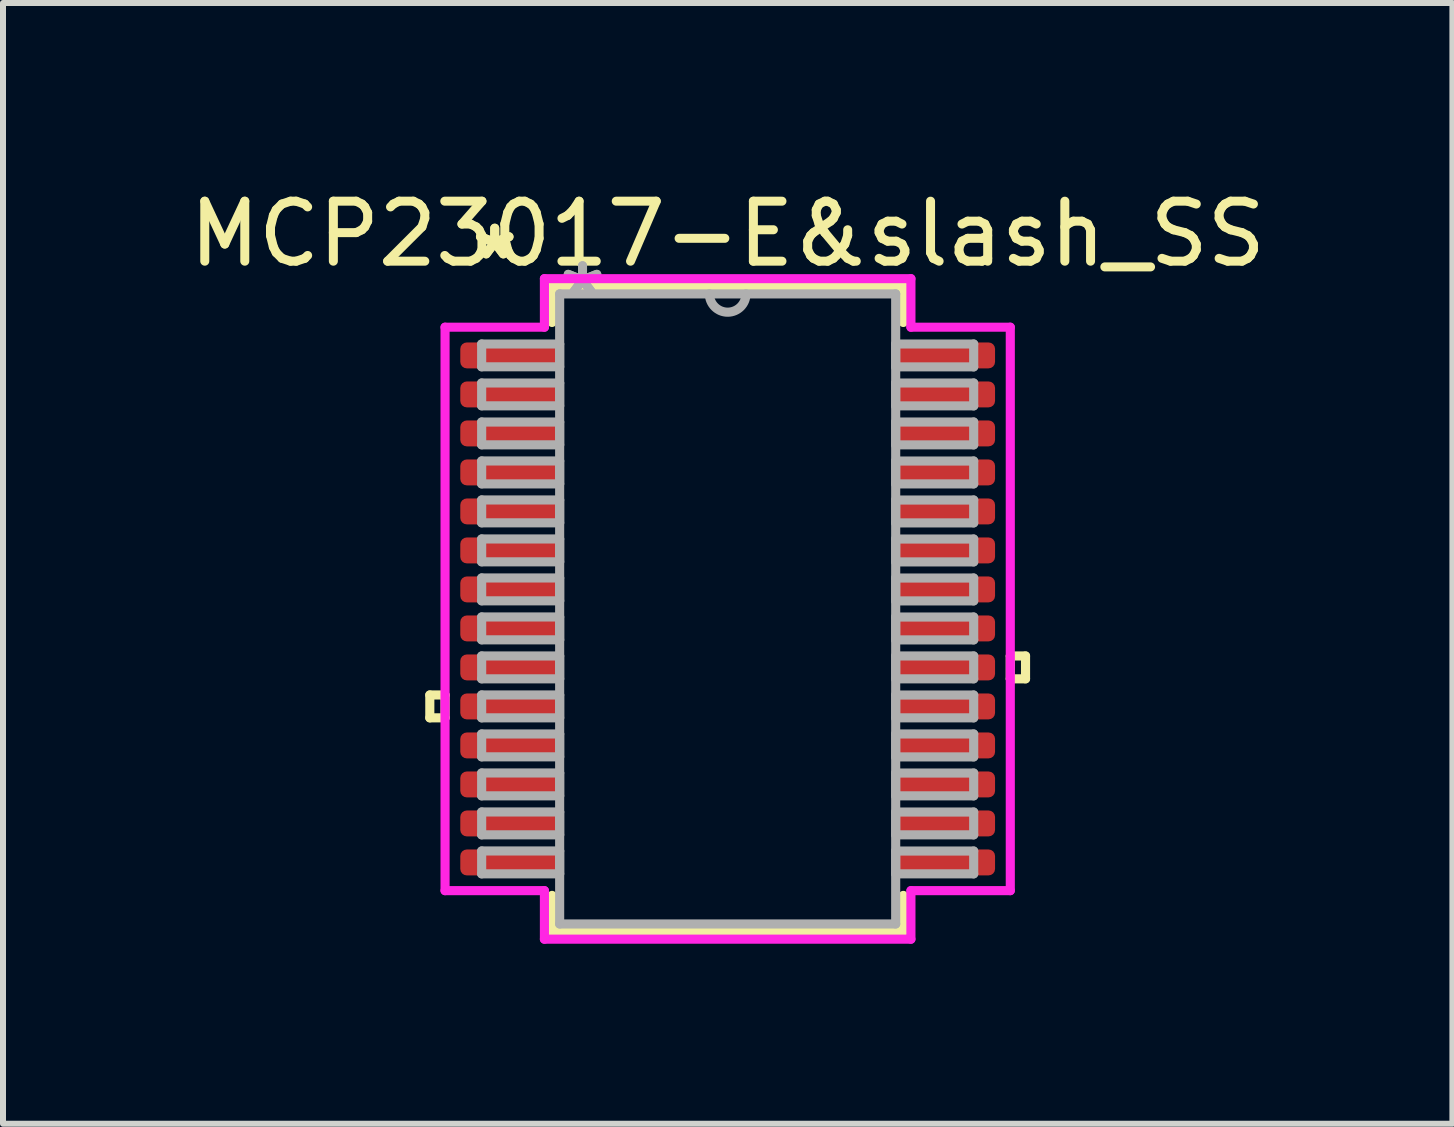
<source format=kicad_pcb>
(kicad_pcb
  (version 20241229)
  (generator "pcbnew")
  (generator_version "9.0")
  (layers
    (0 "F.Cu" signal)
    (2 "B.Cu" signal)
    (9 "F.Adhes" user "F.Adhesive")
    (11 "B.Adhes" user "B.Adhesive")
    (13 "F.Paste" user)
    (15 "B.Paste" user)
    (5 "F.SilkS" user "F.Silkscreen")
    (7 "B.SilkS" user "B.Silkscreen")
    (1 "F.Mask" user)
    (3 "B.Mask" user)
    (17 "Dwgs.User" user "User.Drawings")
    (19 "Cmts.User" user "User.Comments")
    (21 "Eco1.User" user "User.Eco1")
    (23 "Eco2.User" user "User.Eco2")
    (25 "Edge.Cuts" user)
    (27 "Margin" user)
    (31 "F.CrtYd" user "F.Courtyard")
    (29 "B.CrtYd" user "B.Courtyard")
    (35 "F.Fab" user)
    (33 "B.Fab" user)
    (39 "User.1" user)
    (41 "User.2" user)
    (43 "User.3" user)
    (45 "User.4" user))
  (footprint "MCP23017-E&slash_SS"
    (layer "F.Cu")
    (at 9.077 7.098)
    (property "Reference" "MCP23017-E&slash_SS" (at 0 -6.25 0) (layer "F.SilkS") (effects (font (size 1 1) (thickness 0.15))))
    (attr smd)
    (fp_line (start -4.964 1.434) (end -4.964 1.815) (stroke (width 0.152) (type solid)) (layer "F.SilkS"))
    (fp_line (start -4.964 1.815) (end -4.71 1.815) (stroke (width 0.152) (type solid)) (layer "F.SilkS"))
    (fp_line (start -4.71 1.434) (end -4.964 1.434) (stroke (width 0.152) (type solid)) (layer "F.SilkS"))
    (fp_line (start -4.71 1.815) (end -4.71 1.434) (stroke (width 0.152) (type solid)) (layer "F.SilkS"))
    (fp_line (start -2.927 -5.377) (end -2.927 -4.774) (stroke (width 0.152) (type solid)) (layer "F.SilkS"))
    (fp_line (start -2.927 4.774) (end -2.927 5.377) (stroke (width 0.152) (type solid)) (layer "F.SilkS"))
    (fp_line (start -2.927 5.377) (end 2.927 5.377) (stroke (width 0.152) (type solid)) (layer "F.SilkS"))
    (fp_line (start 2.927 -5.377) (end -2.927 -5.377) (stroke (width 0.152) (type solid)) (layer "F.SilkS"))
    (fp_line (start 2.927 -4.774) (end 2.927 -5.377) (stroke (width 0.152) (type solid)) (layer "F.SilkS"))
    (fp_line (start 2.927 5.377) (end 2.927 4.774) (stroke (width 0.152) (type solid)) (layer "F.SilkS"))
    (fp_line (start 4.71 0.784) (end 4.964 0.784) (stroke (width 0.152) (type solid)) (layer "F.SilkS"))
    (fp_line (start 4.71 1.165) (end 4.71 0.784) (stroke (width 0.152) (type solid)) (layer "F.SilkS"))
    (fp_line (start 4.964 0.784) (end 4.964 1.165) (stroke (width 0.152) (type solid)) (layer "F.SilkS"))
    (fp_line (start 4.964 1.165) (end 4.71 1.165) (stroke (width 0.152) (type solid)) (layer "F.SilkS"))
    (fp_line (start -4.71 -4.695) (end -3.054 -4.695) (stroke (width 0.152) (type solid)) (layer "F.CrtYd"))
    (fp_line (start -4.71 4.695) (end -4.71 -4.695) (stroke (width 0.152) (type solid)) (layer "F.CrtYd"))
    (fp_line (start -3.054 -5.504) (end 3.054 -5.504) (stroke (width 0.152) (type solid)) (layer "F.CrtYd"))
    (fp_line (start -3.054 -4.695) (end -3.054 -5.504) (stroke (width 0.152) (type solid)) (layer "F.CrtYd"))
    (fp_line (start -3.054 4.695) (end -4.71 4.695) (stroke (width 0.152) (type solid)) (layer "F.CrtYd"))
    (fp_line (start -3.054 5.504) (end -3.054 4.695) (stroke (width 0.152) (type solid)) (layer "F.CrtYd"))
    (fp_line (start 3.054 -5.504) (end 3.054 -4.695) (stroke (width 0.152) (type solid)) (layer "F.CrtYd"))
    (fp_line (start 3.054 -4.695) (end 4.71 -4.695) (stroke (width 0.152) (type solid)) (layer "F.CrtYd"))
    (fp_line (start 3.054 4.695) (end 3.054 5.504) (stroke (width 0.152) (type solid)) (layer "F.CrtYd"))
    (fp_line (start 3.054 5.504) (end -3.054 5.504) (stroke (width 0.152) (type solid)) (layer "F.CrtYd"))
    (fp_line (start 4.71 -4.695) (end 4.71 4.695) (stroke (width 0.152) (type solid)) (layer "F.CrtYd"))
    (fp_line (start 4.71 4.695) (end 3.054 4.695) (stroke (width 0.152) (type solid)) (layer "F.CrtYd"))
    (fp_line (start -4.1 -4.415) (end -4.1 -4.035) (stroke (width 0.152) (type solid)) (layer "F.Fab"))
    (fp_line (start -4.1 -4.035) (end -2.8 -4.035) (stroke (width 0.152) (type solid)) (layer "F.Fab"))
    (fp_line (start -4.1 -3.765) (end -4.1 -3.385) (stroke (width 0.152) (type solid)) (layer "F.Fab"))
    (fp_line (start -4.1 -3.385) (end -2.8 -3.385) (stroke (width 0.152) (type solid)) (layer "F.Fab"))
    (fp_line (start -4.1 -3.115) (end -4.1 -2.735) (stroke (width 0.152) (type solid)) (layer "F.Fab"))
    (fp_line (start -4.1 -2.735) (end -2.8 -2.735) (stroke (width 0.152) (type solid)) (layer "F.Fab"))
    (fp_line (start -4.1 -2.466) (end -4.1 -2.084) (stroke (width 0.152) (type solid)) (layer "F.Fab"))
    (fp_line (start -4.1 -2.084) (end -2.8 -2.084) (stroke (width 0.152) (type solid)) (layer "F.Fab"))
    (fp_line (start -4.1 -1.816) (end -4.1 -1.435) (stroke (width 0.152) (type solid)) (layer "F.Fab"))
    (fp_line (start -4.1 -1.435) (end -2.8 -1.435) (stroke (width 0.152) (type solid)) (layer "F.Fab"))
    (fp_line (start -4.1 -1.166) (end -4.1 -0.785) (stroke (width 0.152) (type solid)) (layer "F.Fab"))
    (fp_line (start -4.1 -0.785) (end -2.8 -0.785) (stroke (width 0.152) (type solid)) (layer "F.Fab"))
    (fp_line (start -4.1 -0.516) (end -4.1 -0.135) (stroke (width 0.152) (type solid)) (layer "F.Fab"))
    (fp_line (start -4.1 -0.135) (end -2.8 -0.135) (stroke (width 0.152) (type solid)) (layer "F.Fab"))
    (fp_line (start -4.1 0.134) (end -4.1 0.515) (stroke (width 0.152) (type solid)) (layer "F.Fab"))
    (fp_line (start -4.1 0.515) (end -2.8 0.515) (stroke (width 0.152) (type solid)) (layer "F.Fab"))
    (fp_line (start -4.1 0.784) (end -4.1 1.165) (stroke (width 0.152) (type solid)) (layer "F.Fab"))
    (fp_line (start -4.1 1.165) (end -2.8 1.165) (stroke (width 0.152) (type solid)) (layer "F.Fab"))
    (fp_line (start -4.1 1.434) (end -4.1 1.815) (stroke (width 0.152) (type solid)) (layer "F.Fab"))
    (fp_line (start -4.1 1.815) (end -2.8 1.815) (stroke (width 0.152) (type solid)) (layer "F.Fab"))
    (fp_line (start -4.1 2.084) (end -4.1 2.465) (stroke (width 0.152) (type solid)) (layer "F.Fab"))
    (fp_line (start -4.1 2.465) (end -2.8 2.465) (stroke (width 0.152) (type solid)) (layer "F.Fab"))
    (fp_line (start -4.1 2.734) (end -4.1 3.115) (stroke (width 0.152) (type solid)) (layer "F.Fab"))
    (fp_line (start -4.1 3.115) (end -2.8 3.115) (stroke (width 0.152) (type solid)) (layer "F.Fab"))
    (fp_line (start -4.1 3.384) (end -4.1 3.765) (stroke (width 0.152) (type solid)) (layer "F.Fab"))
    (fp_line (start -4.1 3.765) (end -2.8 3.765) (stroke (width 0.152) (type solid)) (layer "F.Fab"))
    (fp_line (start -4.1 4.034) (end -4.1 4.415) (stroke (width 0.152) (type solid)) (layer "F.Fab"))
    (fp_line (start -4.1 4.415) (end -2.8 4.415) (stroke (width 0.152) (type solid)) (layer "F.Fab"))
    (fp_line (start -2.8 -5.25) (end -2.8 5.25) (stroke (width 0.152) (type solid)) (layer "F.Fab"))
    (fp_line (start -2.8 -4.415) (end -4.1 -4.415) (stroke (width 0.152) (type solid)) (layer "F.Fab"))
    (fp_line (start -2.8 -4.035) (end -2.8 -4.415) (stroke (width 0.152) (type solid)) (layer "F.Fab"))
    (fp_line (start -2.8 -3.765) (end -4.1 -3.765) (stroke (width 0.152) (type solid)) (layer "F.Fab"))
    (fp_line (start -2.8 -3.385) (end -2.8 -3.765) (stroke (width 0.152) (type solid)) (layer "F.Fab"))
    (fp_line (start -2.8 -3.115) (end -4.1 -3.115) (stroke (width 0.152) (type solid)) (layer "F.Fab"))
    (fp_line (start -2.8 -2.735) (end -2.8 -3.115) (stroke (width 0.152) (type solid)) (layer "F.Fab"))
    (fp_line (start -2.8 -2.466) (end -4.1 -2.466) (stroke (width 0.152) (type solid)) (layer "F.Fab"))
    (fp_line (start -2.8 -2.084) (end -2.8 -2.466) (stroke (width 0.152) (type solid)) (layer "F.Fab"))
    (fp_line (start -2.8 -1.816) (end -4.1 -1.816) (stroke (width 0.152) (type solid)) (layer "F.Fab"))
    (fp_line (start -2.8 -1.435) (end -2.8 -1.816) (stroke (width 0.152) (type solid)) (layer "F.Fab"))
    (fp_line (start -2.8 -1.166) (end -4.1 -1.166) (stroke (width 0.152) (type solid)) (layer "F.Fab"))
    (fp_line (start -2.8 -0.785) (end -2.8 -1.166) (stroke (width 0.152) (type solid)) (layer "F.Fab"))
    (fp_line (start -2.8 -0.516) (end -4.1 -0.516) (stroke (width 0.152) (type solid)) (layer "F.Fab"))
    (fp_line (start -2.8 -0.135) (end -2.8 -0.516) (stroke (width 0.152) (type solid)) (layer "F.Fab"))
    (fp_line (start -2.8 0.134) (end -4.1 0.134) (stroke (width 0.152) (type solid)) (layer "F.Fab"))
    (fp_line (start -2.8 0.515) (end -2.8 0.134) (stroke (width 0.152) (type solid)) (layer "F.Fab"))
    (fp_line (start -2.8 0.784) (end -4.1 0.784) (stroke (width 0.152) (type solid)) (layer "F.Fab"))
    (fp_line (start -2.8 1.165) (end -2.8 0.784) (stroke (width 0.152) (type solid)) (layer "F.Fab"))
    (fp_line (start -2.8 1.434) (end -4.1 1.434) (stroke (width 0.152) (type solid)) (layer "F.Fab"))
    (fp_line (start -2.8 1.815) (end -2.8 1.434) (stroke (width 0.152) (type solid)) (layer "F.Fab"))
    (fp_line (start -2.8 2.084) (end -4.1 2.084) (stroke (width 0.152) (type solid)) (layer "F.Fab"))
    (fp_line (start -2.8 2.465) (end -2.8 2.084) (stroke (width 0.152) (type solid)) (layer "F.Fab"))
    (fp_line (start -2.8 2.734) (end -4.1 2.734) (stroke (width 0.152) (type solid)) (layer "F.Fab"))
    (fp_line (start -2.8 3.115) (end -2.8 2.734) (stroke (width 0.152) (type solid)) (layer "F.Fab"))
    (fp_line (start -2.8 3.384) (end -4.1 3.384) (stroke (width 0.152) (type solid)) (layer "F.Fab"))
    (fp_line (start -2.8 3.765) (end -2.8 3.384) (stroke (width 0.152) (type solid)) (layer "F.Fab"))
    (fp_line (start -2.8 4.034) (end -4.1 4.034) (stroke (width 0.152) (type solid)) (layer "F.Fab"))
    (fp_line (start -2.8 4.415) (end -2.8 4.034) (stroke (width 0.152) (type solid)) (layer "F.Fab"))
    (fp_line (start -2.8 5.25) (end 2.8 5.25) (stroke (width 0.152) (type solid)) (layer "F.Fab"))
    (fp_line (start 2.8 -5.25) (end -2.8 -5.25) (stroke (width 0.152) (type solid)) (layer "F.Fab"))
    (fp_line (start 2.8 -4.415) (end 2.8 -4.034) (stroke (width 0.152) (type solid)) (layer "F.Fab"))
    (fp_line (start 2.8 -4.034) (end 4.1 -4.034) (stroke (width 0.152) (type solid)) (layer "F.Fab"))
    (fp_line (start 2.8 -3.765) (end 2.8 -3.384) (stroke (width 0.152) (type solid)) (layer "F.Fab"))
    (fp_line (start 2.8 -3.384) (end 4.1 -3.384) (stroke (width 0.152) (type solid)) (layer "F.Fab"))
    (fp_line (start 2.8 -3.115) (end 2.8 -2.734) (stroke (width 0.152) (type solid)) (layer "F.Fab"))
    (fp_line (start 2.8 -2.734) (end 4.1 -2.734) (stroke (width 0.152) (type solid)) (layer "F.Fab"))
    (fp_line (start 2.8 -2.465) (end 2.8 -2.084) (stroke (width 0.152) (type solid)) (layer "F.Fab"))
    (fp_line (start 2.8 -2.084) (end 4.1 -2.084) (stroke (width 0.152) (type solid)) (layer "F.Fab"))
    (fp_line (start 2.8 -1.815) (end 2.8 -1.434) (stroke (width 0.152) (type solid)) (layer "F.Fab"))
    (fp_line (start 2.8 -1.434) (end 4.1 -1.434) (stroke (width 0.152) (type solid)) (layer "F.Fab"))
    (fp_line (start 2.8 -1.165) (end 2.8 -0.784) (stroke (width 0.152) (type solid)) (layer "F.Fab"))
    (fp_line (start 2.8 -0.784) (end 4.1 -0.784) (stroke (width 0.152) (type solid)) (layer "F.Fab"))
    (fp_line (start 2.8 -0.515) (end 2.8 -0.134) (stroke (width 0.152) (type solid)) (layer "F.Fab"))
    (fp_line (start 2.8 -0.134) (end 4.1 -0.134) (stroke (width 0.152) (type solid)) (layer "F.Fab"))
    (fp_line (start 2.8 0.135) (end 2.8 0.516) (stroke (width 0.152) (type solid)) (layer "F.Fab"))
    (fp_line (start 2.8 0.516) (end 4.1 0.516) (stroke (width 0.152) (type solid)) (layer "F.Fab"))
    (fp_line (start 2.8 0.784) (end 2.8 1.165) (stroke (width 0.152) (type solid)) (layer "F.Fab"))
    (fp_line (start 2.8 1.165) (end 4.1 1.165) (stroke (width 0.152) (type solid)) (layer "F.Fab"))
    (fp_line (start 2.8 1.435) (end 2.8 1.815) (stroke (width 0.152) (type solid)) (layer "F.Fab"))
    (fp_line (start 2.8 1.815) (end 4.1 1.815) (stroke (width 0.152) (type solid)) (layer "F.Fab"))
    (fp_line (start 2.8 2.084) (end 2.8 2.466) (stroke (width 0.152) (type solid)) (layer "F.Fab"))
    (fp_line (start 2.8 2.466) (end 4.1 2.466) (stroke (width 0.152) (type solid)) (layer "F.Fab"))
    (fp_line (start 2.8 2.735) (end 2.8 3.115) (stroke (width 0.152) (type solid)) (layer "F.Fab"))
    (fp_line (start 2.8 3.115) (end 4.1 3.115) (stroke (width 0.152) (type solid)) (layer "F.Fab"))
    (fp_line (start 2.8 3.385) (end 2.8 3.765) (stroke (width 0.152) (type solid)) (layer "F.Fab"))
    (fp_line (start 2.8 3.765) (end 4.1 3.765) (stroke (width 0.152) (type solid)) (layer "F.Fab"))
    (fp_line (start 2.8 4.035) (end 2.8 4.415) (stroke (width 0.152) (type solid)) (layer "F.Fab"))
    (fp_line (start 2.8 4.415) (end 4.1 4.415) (stroke (width 0.152) (type solid)) (layer "F.Fab"))
    (fp_line (start 2.8 5.25) (end 2.8 -5.25) (stroke (width 0.152) (type solid)) (layer "F.Fab"))
    (fp_line (start 4.1 -4.415) (end 2.8 -4.415) (stroke (width 0.152) (type solid)) (layer "F.Fab"))
    (fp_line (start 4.1 -4.034) (end 4.1 -4.415) (stroke (width 0.152) (type solid)) (layer "F.Fab"))
    (fp_line (start 4.1 -3.765) (end 2.8 -3.765) (stroke (width 0.152) (type solid)) (layer "F.Fab"))
    (fp_line (start 4.1 -3.384) (end 4.1 -3.765) (stroke (width 0.152) (type solid)) (layer "F.Fab"))
    (fp_line (start 4.1 -3.115) (end 2.8 -3.115) (stroke (width 0.152) (type solid)) (layer "F.Fab"))
    (fp_line (start 4.1 -2.734) (end 4.1 -3.115) (stroke (width 0.152) (type solid)) (layer "F.Fab"))
    (fp_line (start 4.1 -2.465) (end 2.8 -2.465) (stroke (width 0.152) (type solid)) (layer "F.Fab"))
    (fp_line (start 4.1 -2.084) (end 4.1 -2.465) (stroke (width 0.152) (type solid)) (layer "F.Fab"))
    (fp_line (start 4.1 -1.815) (end 2.8 -1.815) (stroke (width 0.152) (type solid)) (layer "F.Fab"))
    (fp_line (start 4.1 -1.434) (end 4.1 -1.815) (stroke (width 0.152) (type solid)) (layer "F.Fab"))
    (fp_line (start 4.1 -1.165) (end 2.8 -1.165) (stroke (width 0.152) (type solid)) (layer "F.Fab"))
    (fp_line (start 4.1 -0.784) (end 4.1 -1.165) (stroke (width 0.152) (type solid)) (layer "F.Fab"))
    (fp_line (start 4.1 -0.515) (end 2.8 -0.515) (stroke (width 0.152) (type solid)) (layer "F.Fab"))
    (fp_line (start 4.1 -0.134) (end 4.1 -0.515) (stroke (width 0.152) (type solid)) (layer "F.Fab"))
    (fp_line (start 4.1 0.135) (end 2.8 0.135) (stroke (width 0.152) (type solid)) (layer "F.Fab"))
    (fp_line (start 4.1 0.516) (end 4.1 0.135) (stroke (width 0.152) (type solid)) (layer "F.Fab"))
    (fp_line (start 4.1 0.784) (end 2.8 0.784) (stroke (width 0.152) (type solid)) (layer "F.Fab"))
    (fp_line (start 4.1 1.165) (end 4.1 0.784) (stroke (width 0.152) (type solid)) (layer "F.Fab"))
    (fp_line (start 4.1 1.435) (end 2.8 1.435) (stroke (width 0.152) (type solid)) (layer "F.Fab"))
    (fp_line (start 4.1 1.815) (end 4.1 1.435) (stroke (width 0.152) (type solid)) (layer "F.Fab"))
    (fp_line (start 4.1 2.084) (end 2.8 2.084) (stroke (width 0.152) (type solid)) (layer "F.Fab"))
    (fp_line (start 4.1 2.466) (end 4.1 2.084) (stroke (width 0.152) (type solid)) (layer "F.Fab"))
    (fp_line (start 4.1 2.735) (end 2.8 2.735) (stroke (width 0.152) (type solid)) (layer "F.Fab"))
    (fp_line (start 4.1 3.115) (end 4.1 2.735) (stroke (width 0.152) (type solid)) (layer "F.Fab"))
    (fp_line (start 4.1 3.385) (end 2.8 3.385) (stroke (width 0.152) (type solid)) (layer "F.Fab"))
    (fp_line (start 4.1 3.765) (end 4.1 3.385) (stroke (width 0.152) (type solid)) (layer "F.Fab"))
    (fp_line (start 4.1 4.035) (end 2.8 4.035) (stroke (width 0.152) (type solid)) (layer "F.Fab"))
    (fp_line (start 4.1 4.415) (end 4.1 4.035) (stroke (width 0.152) (type solid)) (layer "F.Fab"))
    (fp_arc (start 0.3048 -5.25) (mid 0 -4.9452) (end -0.3048 -5.25) (stroke (width 0.1524) (type solid)) (layer "F.Fab"))
    (fp_text user "*" (at -3.882 -5.8 0) (layer "F.SilkS") (effects (font (size 1 1) (thickness 0.15))))
    (fp_text user "*" (at -3.882 -5.8 0) (layer "F.SilkS") (effects (font (size 1 1) (thickness 0.15))))
    (fp_text user "*" (at -2.419 -5.174 0) (layer "F.Fab") (effects (font (size 1 1) (thickness 0.15))))
    (fp_text user "*" (at -2.419 -5.174 0) (layer "F.Fab") (effects (font (size 1 1) (thickness 0.15))))
    (pad "1" smd roundrect (at -3.628 -4.225) (size 1.656 0.432) (layers "F.Cu" "F.Mask" "F.Paste") (roundrect_rratio 0.25))
    (pad "2" smd roundrect (at -3.628 -3.575) (size 1.656 0.432) (layers "F.Cu" "F.Mask" "F.Paste") (roundrect_rratio 0.25))
    (pad "3" smd roundrect (at -3.628 -2.925) (size 1.656 0.432) (layers "F.Cu" "F.Mask" "F.Paste") (roundrect_rratio 0.25))
    (pad "4" smd roundrect (at -3.628 -2.275) (size 1.656 0.432) (layers "F.Cu" "F.Mask" "F.Paste") (roundrect_rratio 0.25))
    (pad "5" smd roundrect (at -3.628 -1.625) (size 1.656 0.432) (layers "F.Cu" "F.Mask" "F.Paste") (roundrect_rratio 0.25))
    (pad "6" smd roundrect (at -3.628 -0.975) (size 1.656 0.432) (layers "F.Cu" "F.Mask" "F.Paste") (roundrect_rratio 0.25))
    (pad "7" smd roundrect (at -3.628 -0.325) (size 1.656 0.432) (layers "F.Cu" "F.Mask" "F.Paste") (roundrect_rratio 0.25))
    (pad "8" smd roundrect (at -3.628 0.325) (size 1.656 0.432) (layers "F.Cu" "F.Mask" "F.Paste") (roundrect_rratio 0.25))
    (pad "9" smd roundrect (at -3.628 0.975) (size 1.656 0.432) (layers "F.Cu" "F.Mask" "F.Paste") (roundrect_rratio 0.25))
    (pad "10" smd roundrect (at -3.628 1.625) (size 1.656 0.432) (layers "F.Cu" "F.Mask" "F.Paste") (roundrect_rratio 0.25))
    (pad "11" smd roundrect (at -3.628 2.275) (size 1.656 0.432) (layers "F.Cu" "F.Mask" "F.Paste") (roundrect_rratio 0.25))
    (pad "12" smd roundrect (at -3.628 2.925) (size 1.656 0.432) (layers "F.Cu" "F.Mask" "F.Paste") (roundrect_rratio 0.25))
    (pad "13" smd roundrect (at -3.628 3.575) (size 1.656 0.432) (layers "F.Cu" "F.Mask" "F.Paste") (roundrect_rratio 0.25))
    (pad "14" smd roundrect (at -3.628 4.225) (size 1.656 0.432) (layers "F.Cu" "F.Mask" "F.Paste") (roundrect_rratio 0.25))
    (pad "15" smd roundrect (at 3.628 4.225) (size 1.656 0.432) (layers "F.Cu" "F.Mask" "F.Paste") (roundrect_rratio 0.25))
    (pad "16" smd roundrect (at 3.628 3.575) (size 1.656 0.432) (layers "F.Cu" "F.Mask" "F.Paste") (roundrect_rratio 0.25))
    (pad "17" smd roundrect (at 3.628 2.925) (size 1.656 0.432) (layers "F.Cu" "F.Mask" "F.Paste") (roundrect_rratio 0.25))
    (pad "18" smd roundrect (at 3.628 2.275) (size 1.656 0.432) (layers "F.Cu" "F.Mask" "F.Paste") (roundrect_rratio 0.25))
    (pad "19" smd roundrect (at 3.628 1.625) (size 1.656 0.432) (layers "F.Cu" "F.Mask" "F.Paste") (roundrect_rratio 0.25))
    (pad "20" smd roundrect (at 3.628 0.975) (size 1.656 0.432) (layers "F.Cu" "F.Mask" "F.Paste") (roundrect_rratio 0.25))
    (pad "21" smd roundrect (at 3.628 0.325) (size 1.656 0.432) (layers "F.Cu" "F.Mask" "F.Paste") (roundrect_rratio 0.25))
    (pad "22" smd roundrect (at 3.628 -0.325) (size 1.656 0.432) (layers "F.Cu" "F.Mask" "F.Paste") (roundrect_rratio 0.25))
    (pad "23" smd roundrect (at 3.628 -0.975) (size 1.656 0.432) (layers "F.Cu" "F.Mask" "F.Paste") (roundrect_rratio 0.25))
    (pad "24" smd roundrect (at 3.628 -1.625) (size 1.656 0.432) (layers "F.Cu" "F.Mask" "F.Paste") (roundrect_rratio 0.25))
    (pad "25" smd roundrect (at 3.628 -2.275) (size 1.656 0.432) (layers "F.Cu" "F.Mask" "F.Paste") (roundrect_rratio 0.25))
    (pad "26" smd roundrect (at 3.628 -2.925) (size 1.656 0.432) (layers "F.Cu" "F.Mask" "F.Paste") (roundrect_rratio 0.25))
    (pad "27" smd roundrect (at 3.628 -3.575) (size 1.656 0.432) (layers "F.Cu" "F.Mask" "F.Paste") (roundrect_rratio 0.25))
    (pad "28" smd roundrect (at 3.628 -4.225) (size 1.656 0.432) (layers "F.Cu" "F.Mask" "F.Paste") (roundrect_rratio 0.25)))
  (gr_rect
    (start -3 -3)
    (end 21.155 15.678)
    (stroke (width 0.1) (type default))
    (fill no)
    (layer "Edge.Cuts")))
</source>
